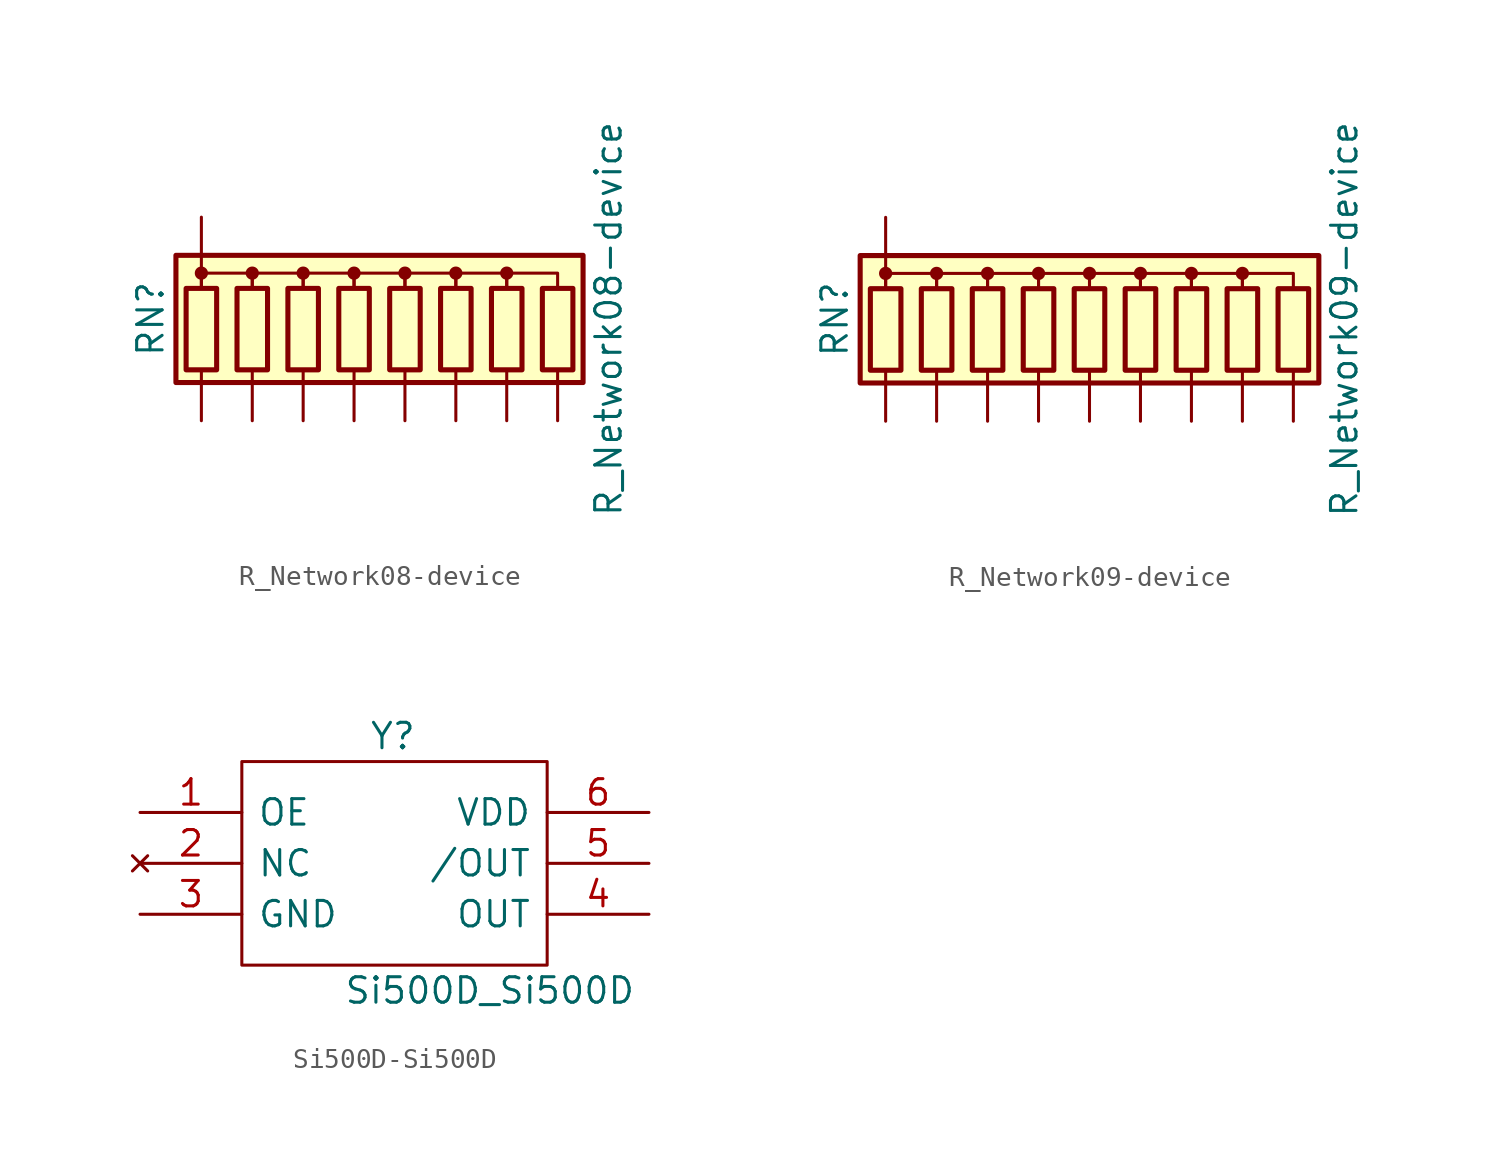
<source format=kicad_sym>
(kicad_symbol_lib
  (version 20220914)
  (generator kicad_symbol_editor)
  (symbol "R_Network08-device"
    (pin_numbers hide)
    (pin_names
      (offset 0) hide)
    (property "Reference" "RN"
      (at -12.7 0 90)
      (effects (font (size 1.27 1.27))))
    (property "Value" "R_Network08-device"
      (at 10.16 0 90)
      (effects (font (size 1.27 1.27))))
    (symbol "R_Network08-device_0_1"
      (rectangle (start -11.43 -3.175) (end 8.89 3.175) (stroke (width 0.254) (type solid)) (fill (type background)))
      (rectangle (start -10.922 1.524) (end -9.398 -2.54) (stroke (width 0.254) (type solid)) (fill (type none)))
      (circle (center -10.16 2.286) (radius 0.254) (stroke (width 0) (type solid)) (fill (type outline)))
      (rectangle (start -8.382 1.524) (end -6.858 -2.54) (stroke (width 0.254) (type solid)) (fill (type none)))
      (circle (center -7.62 2.286) (radius 0.254) (stroke (width 0) (type solid)) (fill (type outline)))
      (rectangle (start -5.842 1.524) (end -4.318 -2.54) (stroke (width 0.254) (type solid)) (fill (type none)))
      (circle (center -5.08 2.286) (radius 0.254) (stroke (width 0) (type solid)) (fill (type outline)))
      (rectangle (start -3.302 1.524) (end -1.778 -2.54) (stroke (width 0.254) (type solid)) (fill (type none)))
      (circle (center -2.54 2.286) (radius 0.254) (stroke (width 0) (type solid)) (fill (type outline)))
      (rectangle (start -0.762 1.524) (end 0.762 -2.54) (stroke (width 0.254) (type solid)) (fill (type none)))
      (polyline (pts (xy -10.16 2.54) (xy -10.16 1.524)) (stroke (width 0) (type solid)) (fill (type none)))
      (polyline (pts (xy -10.16 1.524) (xy -10.16 2.286) (xy -7.62 2.286) (xy -7.62 1.524)) (stroke (width 0) (type solid)) (fill (type none)))
      (polyline (pts (xy -7.62 1.524) (xy -7.62 2.286) (xy -5.08 2.286) (xy -5.08 1.524)) (stroke (width 0) (type solid)) (fill (type none)))
      (polyline (pts (xy -5.08 1.524) (xy -5.08 2.286) (xy -2.54 2.286) (xy -2.54 1.524)) (stroke (width 0) (type solid)) (fill (type none)))
      (polyline (pts (xy -2.54 1.524) (xy -2.54 2.286) (xy 0 2.286) (xy 0 1.524)) (stroke (width 0) (type solid)) (fill (type none)))
      (polyline (pts (xy 0 1.524) (xy 0 2.286) (xy 2.54 2.286) (xy 2.54 1.524)) (stroke (width 0) (type solid)) (fill (type none)))
      (polyline (pts (xy 2.54 1.524) (xy 2.54 2.286) (xy 5.08 2.286) (xy 5.08 1.524)) (stroke (width 0) (type solid)) (fill (type none)))
      (polyline (pts (xy 5.08 1.524) (xy 5.08 2.286) (xy 7.62 2.286) (xy 7.62 1.524)) (stroke (width 0) (type solid)) (fill (type none)))
      (circle (center 0 2.286) (radius 0.254) (stroke (width 0) (type solid)) (fill (type outline)))
      (rectangle (start 1.778 1.524) (end 3.302 -2.54) (stroke (width 0.254) (type solid)) (fill (type none)))
      (circle (center 2.54 2.286) (radius 0.254) (stroke (width 0) (type solid)) (fill (type outline)))
      (rectangle (start 4.318 1.524) (end 5.842 -2.54) (stroke (width 0.254) (type solid)) (fill (type none)))
      (circle (center 5.08 2.286) (radius 0.254) (stroke (width 0) (type solid)) (fill (type outline)))
      (rectangle (start 6.858 1.524) (end 8.382 -2.54) (stroke (width 0.254) (type solid)) (fill (type none))))
    (symbol "R_Network08-device_1_1"
      (pin passive line (at -10.16 5.08 270) (length 2.54) (name "common" (effects (font (size 1.27 1.27)))) (number "1" (effects (font (size 1.27 1.27)))))
      (pin passive line (at -10.16 -5.08 90) (length 2.54) (name "R1" (effects (font (size 1.27 1.27)))) (number "2" (effects (font (size 1.27 1.27)))))
      (pin passive line (at -7.62 -5.08 90) (length 2.54) (name "R2" (effects (font (size 1.27 1.27)))) (number "3" (effects (font (size 1.27 1.27)))))
      (pin passive line (at -5.08 -5.08 90) (length 2.54) (name "R3" (effects (font (size 1.27 1.27)))) (number "4" (effects (font (size 1.27 1.27)))))
      (pin passive line (at -2.54 -5.08 90) (length 2.54) (name "R4" (effects (font (size 1.27 1.27)))) (number "5" (effects (font (size 1.27 1.27)))))
      (pin passive line (at 0 -5.08 90) (length 2.54) (name "R5" (effects (font (size 1.27 1.27)))) (number "6" (effects (font (size 1.27 1.27)))))
      (pin passive line (at 2.54 -5.08 90) (length 2.54) (name "R6" (effects (font (size 1.27 1.27)))) (number "7" (effects (font (size 1.27 1.27)))))
      (pin passive line (at 5.08 -5.08 90) (length 2.54) (name "R7" (effects (font (size 1.27 1.27)))) (number "8" (effects (font (size 1.27 1.27)))))
      (pin passive line (at 7.62 -5.08 90) (length 2.54) (name "R8" (effects (font (size 1.27 1.27)))) (number "9" (effects (font (size 1.27 1.27)))))))
  (symbol "R_Network09-device"
    (pin_numbers hide)
    (pin_names
      (offset 0) hide)
    (property "Reference" "RN"
      (at -12.7 0 90)
      (effects (font (size 1.27 1.27))))
    (property "Value" "R_Network09-device"
      (at 12.7 0 90)
      (effects (font (size 1.27 1.27))))
    (symbol "R_Network09-device_0_1"
      (rectangle (start -11.43 -3.175) (end 11.43 3.175) (stroke (width 0.254) (type solid)) (fill (type background)))
      (rectangle (start -10.922 1.524) (end -9.398 -2.54) (stroke (width 0.254) (type solid)) (fill (type none)))
      (circle (center -10.16 2.286) (radius 0.254) (stroke (width 0) (type solid)) (fill (type outline)))
      (rectangle (start -8.382 1.524) (end -6.858 -2.54) (stroke (width 0.254) (type solid)) (fill (type none)))
      (circle (center -7.62 2.286) (radius 0.254) (stroke (width 0) (type solid)) (fill (type outline)))
      (rectangle (start -5.842 1.524) (end -4.318 -2.54) (stroke (width 0.254) (type solid)) (fill (type none)))
      (circle (center -5.08 2.286) (radius 0.254) (stroke (width 0) (type solid)) (fill (type outline)))
      (rectangle (start -3.302 1.524) (end -1.778 -2.54) (stroke (width 0.254) (type solid)) (fill (type none)))
      (circle (center -2.54 2.286) (radius 0.254) (stroke (width 0) (type solid)) (fill (type outline)))
      (rectangle (start -0.762 1.524) (end 0.762 -2.54) (stroke (width 0.254) (type solid)) (fill (type none)))
      (polyline (pts (xy -10.16 2.54) (xy -10.16 1.524)) (stroke (width 0) (type solid)) (fill (type none)))
      (polyline (pts (xy -10.16 1.524) (xy -10.16 2.286) (xy -7.62 2.286) (xy -7.62 1.524)) (stroke (width 0) (type solid)) (fill (type none)))
      (polyline (pts (xy -7.62 1.524) (xy -7.62 2.286) (xy -5.08 2.286) (xy -5.08 1.524)) (stroke (width 0) (type solid)) (fill (type none)))
      (polyline (pts (xy -5.08 1.524) (xy -5.08 2.286) (xy -2.54 2.286) (xy -2.54 1.524)) (stroke (width 0) (type solid)) (fill (type none)))
      (polyline (pts (xy -2.54 1.524) (xy -2.54 2.286) (xy 0 2.286) (xy 0 1.524)) (stroke (width 0) (type solid)) (fill (type none)))
      (polyline (pts (xy 0 1.524) (xy 0 2.286) (xy 2.54 2.286) (xy 2.54 1.524)) (stroke (width 0) (type solid)) (fill (type none)))
      (polyline (pts (xy 2.54 1.524) (xy 2.54 2.286) (xy 5.08 2.286) (xy 5.08 1.524)) (stroke (width 0) (type solid)) (fill (type none)))
      (polyline (pts (xy 5.08 1.524) (xy 5.08 2.286) (xy 7.62 2.286) (xy 7.62 1.524)) (stroke (width 0) (type solid)) (fill (type none)))
      (polyline (pts (xy 7.62 1.524) (xy 7.62 2.286) (xy 10.16 2.286) (xy 10.16 1.524)) (stroke (width 0) (type solid)) (fill (type none)))
      (circle (center 0 2.286) (radius 0.254) (stroke (width 0) (type solid)) (fill (type outline)))
      (rectangle (start 1.778 1.524) (end 3.302 -2.54) (stroke (width 0.254) (type solid)) (fill (type none)))
      (circle (center 2.54 2.286) (radius 0.254) (stroke (width 0) (type solid)) (fill (type outline)))
      (rectangle (start 4.318 1.524) (end 5.842 -2.54) (stroke (width 0.254) (type solid)) (fill (type none)))
      (circle (center 5.08 2.286) (radius 0.254) (stroke (width 0) (type solid)) (fill (type outline)))
      (rectangle (start 6.858 1.524) (end 8.382 -2.54) (stroke (width 0.254) (type solid)) (fill (type none)))
      (circle (center 7.62 2.286) (radius 0.254) (stroke (width 0) (type solid)) (fill (type outline)))
      (rectangle (start 9.398 1.524) (end 10.922 -2.54) (stroke (width 0.254) (type solid)) (fill (type none))))
    (symbol "R_Network09-device_1_1"
      (pin passive line (at -10.16 5.08 270) (length 2.54) (name "common" (effects (font (size 1.27 1.27)))) (number "1" (effects (font (size 1.27 1.27)))))
      (pin passive line (at 10.16 -5.08 90) (length 2.54) (name "R9" (effects (font (size 1.27 1.27)))) (number "10" (effects (font (size 1.27 1.27)))))
      (pin passive line (at -10.16 -5.08 90) (length 2.54) (name "R1" (effects (font (size 1.27 1.27)))) (number "2" (effects (font (size 1.27 1.27)))))
      (pin passive line (at -7.62 -5.08 90) (length 2.54) (name "R2" (effects (font (size 1.27 1.27)))) (number "3" (effects (font (size 1.27 1.27)))))
      (pin passive line (at -5.08 -5.08 90) (length 2.54) (name "R3" (effects (font (size 1.27 1.27)))) (number "4" (effects (font (size 1.27 1.27)))))
      (pin passive line (at -2.54 -5.08 90) (length 2.54) (name "R4" (effects (font (size 1.27 1.27)))) (number "5" (effects (font (size 1.27 1.27)))))
      (pin passive line (at 0 -5.08 90) (length 2.54) (name "R5" (effects (font (size 1.27 1.27)))) (number "6" (effects (font (size 1.27 1.27)))))
      (pin passive line (at 2.54 -5.08 90) (length 2.54) (name "R6" (effects (font (size 1.27 1.27)))) (number "7" (effects (font (size 1.27 1.27)))))
      (pin passive line (at 5.08 -5.08 90) (length 2.54) (name "R7" (effects (font (size 1.27 1.27)))) (number "8" (effects (font (size 1.27 1.27)))))
      (pin passive line (at 7.62 -5.08 90) (length 2.54) (name "R8" (effects (font (size 1.27 1.27)))) (number "9" (effects (font (size 1.27 1.27)))))))
  (symbol "Si500D-Si500D"
    (pin_names
      (offset 0.762))
    (property "Reference" "Y"
      (at -1.27 6.35 0)
      (effects (font (size 1.27 1.27)) (justify left)))
    (property "Value" "Si500D_Si500D"
      (at -2.54 -6.35 0)
      (effects (font (size 1.27 1.27)) (justify left)))
    (symbol "Si500D-Si500D_0_0"
      (pin passive line (at -12.7 2.54 0) (length 5.08) (name "OE" (effects (font (size 1.27 1.27)))) (number "1" (effects (font (size 1.27 1.27)))))
      (pin no_connect line (at -12.7 0 0) (length 5.08) (name "NC" (effects (font (size 1.27 1.27)))) (number "2" (effects (font (size 1.27 1.27)))))
      (pin passive line (at -12.7 -2.54 0) (length 5.08) (name "GND" (effects (font (size 1.27 1.27)))) (number "3" (effects (font (size 1.27 1.27)))))
      (pin passive line (at 12.7 -2.54 180) (length 5.08) (name "OUT" (effects (font (size 1.27 1.27)))) (number "4" (effects (font (size 1.27 1.27)))))
      (pin passive line (at 12.7 0 180) (length 5.08) (name "/OUT" (effects (font (size 1.27 1.27)))) (number "5" (effects (font (size 1.27 1.27)))))
      (pin passive line (at 12.7 2.54 180) (length 5.08) (name "VDD" (effects (font (size 1.27 1.27)))) (number "6" (effects (font (size 1.27 1.27))))))
    (symbol "Si500D-Si500D_0_1"
      (polyline (pts (xy -7.62 5.08) (xy 7.62 5.08) (xy 7.62 -5.08) (xy -7.62 -5.08) (xy -7.62 5.08)) (stroke (width 0.152) (type solid)) (fill (type none))))))
</source>
